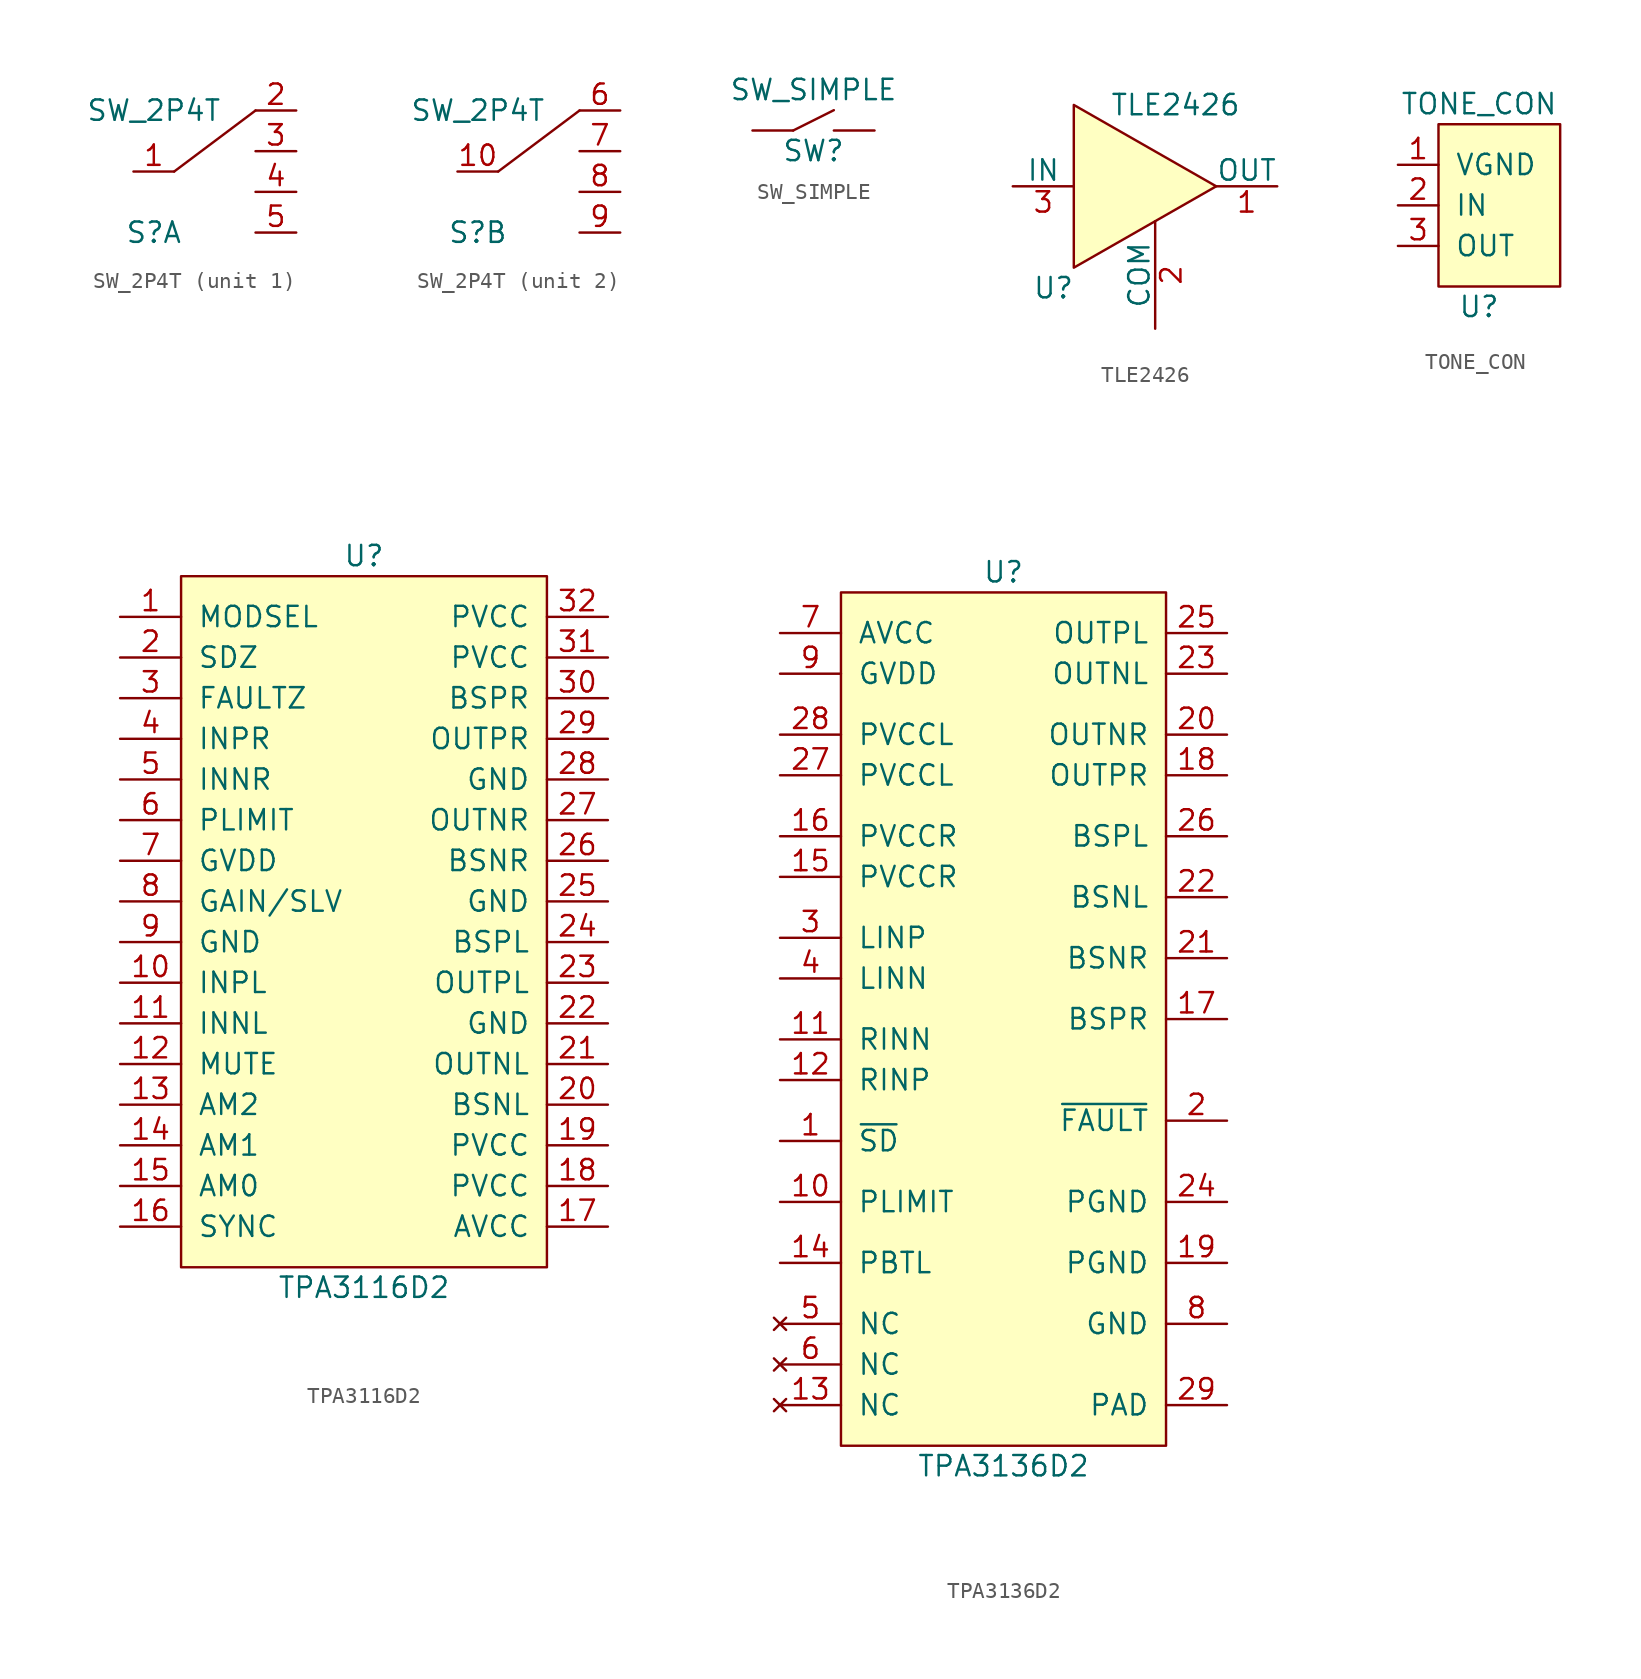
<source format=kicad_sym>
(kicad_symbol_lib
  (version 20211014)
  (generator kicad_symbol_editor)
  (symbol "SW_2P4T"
    (pin_names
      (offset 1.016) hide)
    (property "Reference" "S"
      (at -3.81 -3.81 0)
      (effects (font (size 1.27 1.27))))
    (property "Value" "SW_2P4T"
      (at -3.81 3.81 0)
      (effects (font (size 1.27 1.27))))
    (symbol "SW_2P4T_0_1"
      (polyline (pts (xy -2.54 0) (xy 2.54 3.81)) (stroke (width 0) (type default) (color 0 0 0 0)) (fill (type none))))
    (symbol "SW_2P4T_1_1"
      (pin passive line (at -5.08 0 0) (length 2.54) (name "~" (effects (font (size 1.27 1.27)))) (number "1" (effects (font (size 1.27 1.27)))))
      (pin passive line (at 5.08 3.81 180) (length 2.54) (name "~" (effects (font (size 1.27 1.27)))) (number "2" (effects (font (size 1.27 1.27)))))
      (pin passive line (at 5.08 1.27 180) (length 2.54) (name "~" (effects (font (size 1.27 1.27)))) (number "3" (effects (font (size 1.27 1.27)))))
      (pin passive line (at 5.08 -1.27 180) (length 2.54) (name "~" (effects (font (size 1.27 1.27)))) (number "4" (effects (font (size 1.27 1.27)))))
      (pin passive line (at 5.08 -3.81 180) (length 2.54) (name "~" (effects (font (size 1.27 1.27)))) (number "5" (effects (font (size 1.27 1.27))))))
    (symbol "SW_2P4T_2_1"
      (pin passive line (at -5.08 0 0) (length 2.54) (name "~" (effects (font (size 1.27 1.27)))) (number "10" (effects (font (size 1.27 1.27)))))
      (pin passive line (at 5.08 3.81 180) (length 2.54) (name "~" (effects (font (size 1.27 1.27)))) (number "6" (effects (font (size 1.27 1.27)))))
      (pin passive line (at 5.08 1.27 180) (length 2.54) (name "~" (effects (font (size 1.27 1.27)))) (number "7" (effects (font (size 1.27 1.27)))))
      (pin passive line (at 5.08 -1.27 180) (length 2.54) (name "~" (effects (font (size 1.27 1.27)))) (number "8" (effects (font (size 1.27 1.27)))))
      (pin passive line (at 5.08 -3.81 180) (length 2.54) (name "~" (effects (font (size 1.27 1.27)))) (number "9" (effects (font (size 1.27 1.27)))))))
  (symbol "SW_SIMPLE"
    (pin_numbers hide)
    (pin_names
      (offset 1.016) hide)
    (property "Reference" "SW"
      (at 0 -1.27 0)
      (effects (font (size 1.27 1.27))))
    (property "Value" "SW_SIMPLE"
      (at 0 2.54 0)
      (effects (font (size 1.27 1.27))))
    (property "Footprint" ""
      (at 0 0 0)
      (effects (font (size 1.524 1.524))))
    (property "Datasheet" ""
      (at 0 0 0)
      (effects (font (size 1.524 1.524))))
    (symbol "SW_SIMPLE_0_1"
      (polyline (pts (xy -1.27 0) (xy 1.27 1.27)) (stroke (width 0) (type default) (color 0 0 0 0)) (fill (type none))))
    (symbol "SW_SIMPLE_1_1"
      (pin passive line (at -3.81 0 0) (length 2.54) (name "~" (effects (font (size 1.27 1.27)))) (number "1" (effects (font (size 1.27 1.27)))))
      (pin passive line (at 3.81 0 180) (length 2.54) (name "~" (effects (font (size 1.27 1.27)))) (number "2" (effects (font (size 1.27 1.27)))))))
  (symbol "TLE2426"
    (pin_names
      (offset 0))
    (property "Reference" "U"
      (at -6.35 -6.35 0)
      (effects (font (size 1.27 1.27))))
    (property "Value" "TLE2426"
      (at 1.27 5.08 0)
      (effects (font (size 1.27 1.27))))
    (symbol "TLE2426_0_1"
      (polyline (pts (xy -5.08 5.08) (xy -5.08 -5.08) (xy 3.81 0) (xy -5.08 5.08)) (stroke (width 0) (type default) (color 0 0 0 0)) (fill (type background))))
    (symbol "TLE2426_1_1"
      (pin input line (at 7.62 0 180) (length 3.81) (name "OUT" (effects (font (size 1.27 1.27)))) (number "1" (effects (font (size 1.27 1.27)))))
      (pin input line (at 0 -8.89 90) (length 6.706) (name "COM" (effects (font (size 1.27 1.27)))) (number "2" (effects (font (size 1.27 1.27)))))
      (pin input line (at -8.89 0 0) (length 3.81) (name "IN" (effects (font (size 1.27 1.27)))) (number "3" (effects (font (size 1.27 1.27)))))))
  (symbol "TONE_CON"
    (pin_names
      (offset 1.016))
    (property "Reference" "U"
      (at 1.27 -6.35 0)
      (effects (font (size 1.27 1.27))))
    (property "Value" "TONE_CON"
      (at 1.27 6.35 0)
      (effects (font (size 1.27 1.27))))
    (symbol "TONE_CON_0_1"
      (rectangle (start -1.27 5.08) (end 6.35 -5.08) (stroke (width 0) (type default) (color 0 0 0 0)) (fill (type background))))
    (symbol "TONE_CON_1_1"
      (pin input line (at -3.81 2.54 0) (length 2.54) (name "VGND" (effects (font (size 1.27 1.27)))) (number "1" (effects (font (size 1.27 1.27)))))
      (pin input line (at -3.81 0 0) (length 2.54) (name "IN" (effects (font (size 1.27 1.27)))) (number "2" (effects (font (size 1.27 1.27)))))
      (pin input line (at -3.81 -2.54 0) (length 2.54) (name "OUT" (effects (font (size 1.27 1.27)))) (number "3" (effects (font (size 1.27 1.27)))))))
  (symbol "TPA3116D2"
    (pin_names
      (offset 1.016))
    (property "Reference" "U"
      (at 0 22.86 0)
      (effects (font (size 1.27 1.27))))
    (property "Value" "TPA3116D2"
      (at 0 -22.86 0)
      (effects (font (size 1.27 1.27))))
    (symbol "TPA3116D2_0_1"
      (rectangle (start -11.43 21.59) (end 11.43 -21.59) (stroke (width 0) (type default) (color 0 0 0 0)) (fill (type background))))
    (symbol "TPA3116D2_1_1"
      (pin input line (at -15.24 19.05 0) (length 3.81) (name "MODSEL" (effects (font (size 1.27 1.27)))) (number "1" (effects (font (size 1.27 1.27)))))
      (pin input line (at -15.24 -3.81 0) (length 3.81) (name "INPL" (effects (font (size 1.27 1.27)))) (number "10" (effects (font (size 1.27 1.27)))))
      (pin input line (at -15.24 -6.35 0) (length 3.81) (name "INNL" (effects (font (size 1.27 1.27)))) (number "11" (effects (font (size 1.27 1.27)))))
      (pin input line (at -15.24 -8.89 0) (length 3.81) (name "MUTE" (effects (font (size 1.27 1.27)))) (number "12" (effects (font (size 1.27 1.27)))))
      (pin input line (at -15.24 -11.43 0) (length 3.81) (name "AM2" (effects (font (size 1.27 1.27)))) (number "13" (effects (font (size 1.27 1.27)))))
      (pin input line (at -15.24 -13.97 0) (length 3.81) (name "AM1" (effects (font (size 1.27 1.27)))) (number "14" (effects (font (size 1.27 1.27)))))
      (pin input line (at -15.24 -16.51 0) (length 3.81) (name "AM0" (effects (font (size 1.27 1.27)))) (number "15" (effects (font (size 1.27 1.27)))))
      (pin bidirectional line (at -15.24 -19.05 0) (length 3.81) (name "SYNC" (effects (font (size 1.27 1.27)))) (number "16" (effects (font (size 1.27 1.27)))))
      (pin power_in line (at 15.24 -19.05 180) (length 3.81) (name "AVCC" (effects (font (size 1.27 1.27)))) (number "17" (effects (font (size 1.27 1.27)))))
      (pin power_in line (at 15.24 -16.51 180) (length 3.81) (name "PVCC" (effects (font (size 1.27 1.27)))) (number "18" (effects (font (size 1.27 1.27)))))
      (pin power_in line (at 15.24 -13.97 180) (length 3.81) (name "PVCC" (effects (font (size 1.27 1.27)))) (number "19" (effects (font (size 1.27 1.27)))))
      (pin input line (at -15.24 16.51 0) (length 3.81) (name "SDZ" (effects (font (size 1.27 1.27)))) (number "2" (effects (font (size 1.27 1.27)))))
      (pin output line (at 15.24 -11.43 180) (length 3.81) (name "BSNL" (effects (font (size 1.27 1.27)))) (number "20" (effects (font (size 1.27 1.27)))))
      (pin output line (at 15.24 -8.89 180) (length 3.81) (name "OUTNL" (effects (font (size 1.27 1.27)))) (number "21" (effects (font (size 1.27 1.27)))))
      (pin power_in line (at 15.24 -6.35 180) (length 3.81) (name "GND" (effects (font (size 1.27 1.27)))) (number "22" (effects (font (size 1.27 1.27)))))
      (pin output line (at 15.24 -3.81 180) (length 3.81) (name "OUTPL" (effects (font (size 1.27 1.27)))) (number "23" (effects (font (size 1.27 1.27)))))
      (pin output line (at 15.24 -1.27 180) (length 3.81) (name "BSPL" (effects (font (size 1.27 1.27)))) (number "24" (effects (font (size 1.27 1.27)))))
      (pin power_in line (at 15.24 1.27 180) (length 3.81) (name "GND" (effects (font (size 1.27 1.27)))) (number "25" (effects (font (size 1.27 1.27)))))
      (pin output line (at 15.24 3.81 180) (length 3.81) (name "BSNR" (effects (font (size 1.27 1.27)))) (number "26" (effects (font (size 1.27 1.27)))))
      (pin output line (at 15.24 6.35 180) (length 3.81) (name "OUTNR" (effects (font (size 1.27 1.27)))) (number "27" (effects (font (size 1.27 1.27)))))
      (pin power_in line (at 15.24 8.89 180) (length 3.81) (name "GND" (effects (font (size 1.27 1.27)))) (number "28" (effects (font (size 1.27 1.27)))))
      (pin output line (at 15.24 11.43 180) (length 3.81) (name "OUTPR" (effects (font (size 1.27 1.27)))) (number "29" (effects (font (size 1.27 1.27)))))
      (pin output line (at -15.24 13.97 0) (length 3.81) (name "FAULTZ" (effects (font (size 1.27 1.27)))) (number "3" (effects (font (size 1.27 1.27)))))
      (pin input line (at 15.24 13.97 180) (length 3.81) (name "BSPR" (effects (font (size 1.27 1.27)))) (number "30" (effects (font (size 1.27 1.27)))))
      (pin power_in line (at 15.24 16.51 180) (length 3.81) (name "PVCC" (effects (font (size 1.27 1.27)))) (number "31" (effects (font (size 1.27 1.27)))))
      (pin power_in line (at 15.24 19.05 180) (length 3.81) (name "PVCC" (effects (font (size 1.27 1.27)))) (number "32" (effects (font (size 1.27 1.27)))))
      (pin input line (at -15.24 11.43 0) (length 3.81) (name "INPR" (effects (font (size 1.27 1.27)))) (number "4" (effects (font (size 1.27 1.27)))))
      (pin input line (at -15.24 8.89 0) (length 3.81) (name "INNR" (effects (font (size 1.27 1.27)))) (number "5" (effects (font (size 1.27 1.27)))))
      (pin input line (at -15.24 6.35 0) (length 3.81) (name "PLIMIT" (effects (font (size 1.27 1.27)))) (number "6" (effects (font (size 1.27 1.27)))))
      (pin power_out line (at -15.24 3.81 0) (length 3.81) (name "GVDD" (effects (font (size 1.27 1.27)))) (number "7" (effects (font (size 1.27 1.27)))))
      (pin input line (at -15.24 1.27 0) (length 3.81) (name "GAIN/SLV" (effects (font (size 1.27 1.27)))) (number "8" (effects (font (size 1.27 1.27)))))
      (pin input line (at -15.24 -1.27 0) (length 3.81) (name "GND" (effects (font (size 1.27 1.27)))) (number "9" (effects (font (size 1.27 1.27)))))))
  (symbol "TPA3136D2"
    (pin_names
      (offset 1.016))
    (property "Reference" "U"
      (at 0 27.94 0)
      (effects (font (size 1.27 1.27))))
    (property "Value" "TPA3136D2"
      (at 0 -27.94 0)
      (effects (font (size 1.27 1.27))))
    (symbol "TPA3136D2_0_1"
      (rectangle (start -10.16 26.67) (end 10.16 -26.67) (stroke (width 0) (type default) (color 0 0 0 0)) (fill (type background))))
    (symbol "TPA3136D2_1_1"
      (pin input line (at -13.97 -7.62 0) (length 3.81) (name "~{SD}" (effects (font (size 1.27 1.27)))) (number "1" (effects (font (size 1.27 1.27)))))
      (pin input line (at -13.97 -11.43 0) (length 3.81) (name "PLIMIT" (effects (font (size 1.27 1.27)))) (number "10" (effects (font (size 1.27 1.27)))))
      (pin input line (at -13.97 -1.27 0) (length 3.81) (name "RINN" (effects (font (size 1.27 1.27)))) (number "11" (effects (font (size 1.27 1.27)))))
      (pin input line (at -13.97 -3.81 0) (length 3.81) (name "RINP" (effects (font (size 1.27 1.27)))) (number "12" (effects (font (size 1.27 1.27)))))
      (pin no_connect line (at -13.97 -24.13 0) (length 3.81) (name "NC" (effects (font (size 1.27 1.27)))) (number "13" (effects (font (size 1.27 1.27)))))
      (pin input line (at -13.97 -15.24 0) (length 3.81) (name "PBTL" (effects (font (size 1.27 1.27)))) (number "14" (effects (font (size 1.27 1.27)))))
      (pin power_in line (at -13.97 8.89 0) (length 3.81) (name "PVCCR" (effects (font (size 1.27 1.27)))) (number "15" (effects (font (size 1.27 1.27)))))
      (pin power_in line (at -13.97 11.43 0) (length 3.81) (name "PVCCR" (effects (font (size 1.27 1.27)))) (number "16" (effects (font (size 1.27 1.27)))))
      (pin bidirectional line (at 13.97 0 180) (length 3.81) (name "BSPR" (effects (font (size 1.27 1.27)))) (number "17" (effects (font (size 1.27 1.27)))))
      (pin output line (at 13.97 15.24 180) (length 3.81) (name "OUTPR" (effects (font (size 1.27 1.27)))) (number "18" (effects (font (size 1.27 1.27)))))
      (pin power_in line (at 13.97 -15.24 180) (length 3.81) (name "PGND" (effects (font (size 1.27 1.27)))) (number "19" (effects (font (size 1.27 1.27)))))
      (pin output line (at 13.97 -6.35 180) (length 3.81) (name "~{FAULT}" (effects (font (size 1.27 1.27)))) (number "2" (effects (font (size 1.27 1.27)))))
      (pin output line (at 13.97 17.78 180) (length 3.81) (name "OUTNR" (effects (font (size 1.27 1.27)))) (number "20" (effects (font (size 1.27 1.27)))))
      (pin bidirectional line (at 13.97 3.81 180) (length 3.81) (name "BSNR" (effects (font (size 1.27 1.27)))) (number "21" (effects (font (size 1.27 1.27)))))
      (pin bidirectional line (at 13.97 7.62 180) (length 3.81) (name "BSNL" (effects (font (size 1.27 1.27)))) (number "22" (effects (font (size 1.27 1.27)))))
      (pin output line (at 13.97 21.59 180) (length 3.81) (name "OUTNL" (effects (font (size 1.27 1.27)))) (number "23" (effects (font (size 1.27 1.27)))))
      (pin power_in line (at 13.97 -11.43 180) (length 3.81) (name "PGND" (effects (font (size 1.27 1.27)))) (number "24" (effects (font (size 1.27 1.27)))))
      (pin output line (at 13.97 24.13 180) (length 3.81) (name "OUTPL" (effects (font (size 1.27 1.27)))) (number "25" (effects (font (size 1.27 1.27)))))
      (pin bidirectional line (at 13.97 11.43 180) (length 3.81) (name "BSPL" (effects (font (size 1.27 1.27)))) (number "26" (effects (font (size 1.27 1.27)))))
      (pin power_in line (at -13.97 15.24 0) (length 3.81) (name "PVCCL" (effects (font (size 1.27 1.27)))) (number "27" (effects (font (size 1.27 1.27)))))
      (pin power_in line (at -13.97 17.78 0) (length 3.81) (name "PVCCL" (effects (font (size 1.27 1.27)))) (number "28" (effects (font (size 1.27 1.27)))))
      (pin power_in line (at 13.97 -24.13 180) (length 3.81) (name "PAD" (effects (font (size 1.27 1.27)))) (number "29" (effects (font (size 1.27 1.27)))))
      (pin input line (at -13.97 5.08 0) (length 3.81) (name "LINP" (effects (font (size 1.27 1.27)))) (number "3" (effects (font (size 1.27 1.27)))))
      (pin input line (at -13.97 2.54 0) (length 3.81) (name "LINN" (effects (font (size 1.27 1.27)))) (number "4" (effects (font (size 1.27 1.27)))))
      (pin no_connect line (at -13.97 -19.05 0) (length 3.81) (name "NC" (effects (font (size 1.27 1.27)))) (number "5" (effects (font (size 1.27 1.27)))))
      (pin no_connect line (at -13.97 -21.59 0) (length 3.81) (name "NC" (effects (font (size 1.27 1.27)))) (number "6" (effects (font (size 1.27 1.27)))))
      (pin power_in line (at -13.97 24.13 0) (length 3.81) (name "AVCC" (effects (font (size 1.27 1.27)))) (number "7" (effects (font (size 1.27 1.27)))))
      (pin power_in line (at 13.97 -19.05 180) (length 3.81) (name "GND" (effects (font (size 1.27 1.27)))) (number "8" (effects (font (size 1.27 1.27)))))
      (pin power_in line (at -13.97 21.59 0) (length 3.81) (name "GVDD" (effects (font (size 1.27 1.27)))) (number "9" (effects (font (size 1.27 1.27))))))))
</source>
